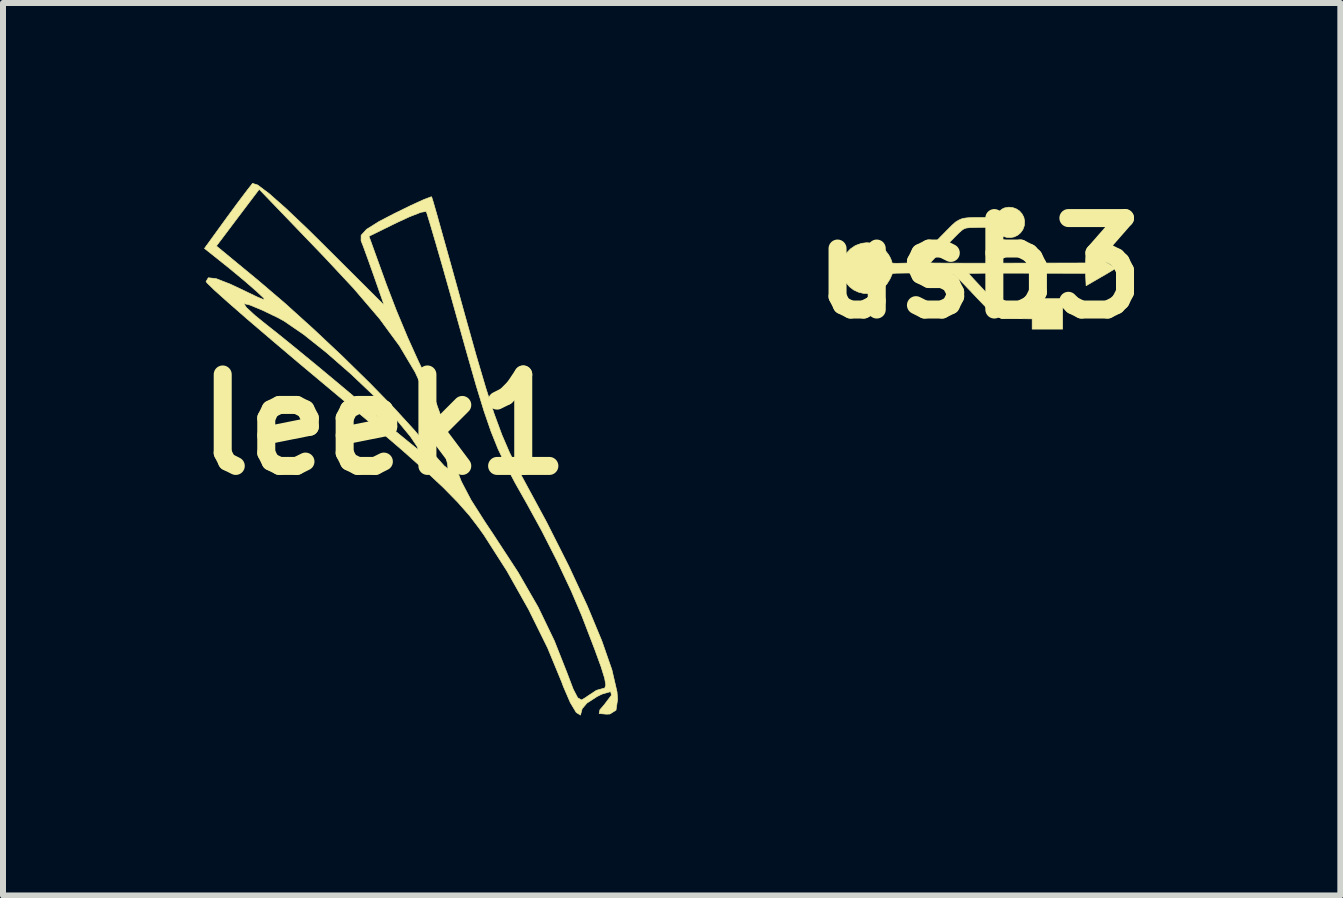
<source format=kicad_pcb>
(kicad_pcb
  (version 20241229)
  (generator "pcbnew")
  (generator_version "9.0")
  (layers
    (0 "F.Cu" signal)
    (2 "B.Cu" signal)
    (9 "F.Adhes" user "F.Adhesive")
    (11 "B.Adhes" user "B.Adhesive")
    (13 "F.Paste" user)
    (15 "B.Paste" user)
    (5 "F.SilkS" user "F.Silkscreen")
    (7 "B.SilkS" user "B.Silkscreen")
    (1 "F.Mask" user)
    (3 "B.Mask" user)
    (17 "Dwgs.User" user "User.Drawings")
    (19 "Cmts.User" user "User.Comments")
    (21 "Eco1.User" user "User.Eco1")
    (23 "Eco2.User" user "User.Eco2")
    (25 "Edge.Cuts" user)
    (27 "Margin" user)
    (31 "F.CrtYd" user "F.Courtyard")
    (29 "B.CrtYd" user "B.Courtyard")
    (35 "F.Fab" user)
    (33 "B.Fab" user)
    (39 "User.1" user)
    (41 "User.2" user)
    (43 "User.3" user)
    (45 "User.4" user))
  (footprint "usb3"
    (layer "F.Cu")
    (at 13.264 1.418)
    (property "Reference" "usb3" (at 0 0 0) (layer "F.SilkS") (effects (font (size 1.524 1.524) (thickness 0.3))))
    (attr through_hole)
    (fp_poly (pts (xy 0.561 -1.009) (xy 0.621 -0.987) (xy 0.674 -0.952) (xy 0.715 -0.905) (xy 0.745 -0.849) (xy 0.758 -0.785) (xy 0.755 -0.717) (xy 0.753 -0.707) (xy 0.729 -0.642) (xy 0.691 -0.589) (xy 0.642 -0.548) (xy 0.586 -0.521) (xy 0.524 -0.509) (xy 0.461 -0.512) (xy 0.4 -0.531) (xy 0.343 -0.569) (xy 0.342 -0.57) (xy 0.313 -0.599) (xy 0.288 -0.63) (xy 0.279 -0.645) (xy 0.259 -0.682) (xy 0.025 -0.679) (xy -0.05 -0.678) (xy -0.108 -0.676) (xy -0.152 -0.675) (xy -0.185 -0.672) (xy -0.209 -0.669) (xy -0.227 -0.664) (xy -0.244 -0.658) (xy -0.256 -0.652) (xy -0.274 -0.641) (xy -0.298 -0.621) (xy -0.331 -0.592) (xy -0.373 -0.551) (xy -0.424 -0.499) (xy -0.488 -0.434) (xy -0.558 -0.361) (xy -0.616 -0.299) (xy -0.67 -0.243) (xy -0.717 -0.192) (xy -0.757 -0.15) (xy -0.787 -0.117) (xy -0.806 -0.095) (xy -0.813 -0.087) (xy -0.813 -0.087) (xy -0.803 -0.086) (xy -0.774 -0.086) (xy -0.727 -0.085) (xy -0.663 -0.085) (xy -0.584 -0.084) (xy -0.49 -0.084) (xy -0.384 -0.084) (xy -0.265 -0.083) (xy -0.136 -0.083) (xy 0.002 -0.083) (xy 0.149 -0.083) (xy 0.303 -0.083) (xy 0.463 -0.084) (xy 0.48 -0.084) (xy 1.773 -0.086) (xy 1.783 -0.291) (xy 2.03 -0.149) (xy 2.093 -0.111) (xy 2.151 -0.077) (xy 2.2 -0.048) (xy 2.238 -0.024) (xy 2.263 -0.007) (xy 2.273 0.002) (xy 2.273 0.002) (xy 2.264 0.009) (xy 2.24 0.025) (xy 2.202 0.048) (xy 2.154 0.077) (xy 2.097 0.111) (xy 2.034 0.147) (xy 2.027 0.151) (xy 1.783 0.293) (xy 1.773 0.086) (xy 0.8 0.084) (xy 0.661 0.083) (xy 0.529 0.083) (xy 0.403 0.083) (xy 0.286 0.084) (xy 0.18 0.084) (xy 0.084 0.084) (xy 0.002 0.085) (xy -0.066 0.086) (xy -0.119 0.086) (xy -0.154 0.087) (xy -0.171 0.088) (xy -0.173 0.089) (xy -0.166 0.098) (xy -0.147 0.12) (xy -0.117 0.153) (xy -0.078 0.196) (xy -0.031 0.246) (xy 0.022 0.303) (xy 0.071 0.356) (xy 0.141 0.429) (xy 0.199 0.489) (xy 0.246 0.537) (xy 0.285 0.575) (xy 0.316 0.603) (xy 0.341 0.624) (xy 0.362 0.639) (xy 0.373 0.645) (xy 0.43 0.676) (xy 0.884 0.682) (xy 0.884 0.508) (xy 1.392 0.508) (xy 1.392 1.016) (xy 0.884 1.016) (xy 0.884 0.845) (xy 0.371 0.838) (xy 0.296 0.798) (xy 0.273 0.786) (xy 0.252 0.773) (xy 0.231 0.759) (xy 0.209 0.741) (xy 0.183 0.719) (xy 0.153 0.69) (xy 0.117 0.654) (xy 0.073 0.609) (xy 0.02 0.554) (xy -0.044 0.487) (xy -0.12 0.407) (xy -0.132 0.393) (xy -0.19 0.333) (xy -0.244 0.276) (xy -0.293 0.226) (xy -0.335 0.183) (xy -0.369 0.151) (xy -0.392 0.13) (xy -0.401 0.123) (xy -0.418 0.113) (xy -0.437 0.105) (xy -0.46 0.099) (xy -0.489 0.094) (xy -0.525 0.09) (xy -0.571 0.087) (xy -0.628 0.084) (xy -0.699 0.083) (xy -0.784 0.082) (xy -0.886 0.081) (xy -0.991 0.081) (xy -1.099 0.081) (xy -1.189 0.081) (xy -1.261 0.082) (xy -1.319 0.083) (xy -1.363 0.083) (xy -1.396 0.085) (xy -1.419 0.087) (xy -1.434 0.089) (xy -1.443 0.092) (xy -1.447 0.096) (xy -1.449 0.099) (xy -1.456 0.116) (xy -1.469 0.146) (xy -1.486 0.183) (xy -1.49 0.19) (xy -1.537 0.265) (xy -1.598 0.329) (xy -1.671 0.378) (xy -1.753 0.41) (xy -1.831 0.424) (xy -1.924 0.421) (xy -2.011 0.4) (xy -2.09 0.363) (xy -2.159 0.31) (xy -2.216 0.243) (xy -2.259 0.163) (xy -2.286 0.073) (xy -2.287 0.067) (xy -2.293 -0.019) (xy -2.28 -0.103) (xy -2.25 -0.183) (xy -2.204 -0.257) (xy -2.144 -0.32) (xy -2.07 -0.371) (xy -2.047 -0.382) (xy -1.961 -0.413) (xy -1.874 -0.424) (xy -1.788 -0.417) (xy -1.706 -0.393) (xy -1.63 -0.352) (xy -1.563 -0.295) (xy -1.508 -0.224) (xy -1.482 -0.178) (xy -1.467 -0.144) (xy -1.456 -0.114) (xy -1.453 -0.098) (xy -1.452 -0.091) (xy -1.446 -0.086) (xy -1.434 -0.083) (xy -1.412 -0.082) (xy -1.377 -0.081) (xy -1.326 -0.082) (xy -1.282 -0.083) (xy -1.23 -0.084) (xy -1.186 -0.085) (xy -1.148 -0.088) (xy -1.114 -0.094) (xy -1.083 -0.104) (xy -1.052 -0.12) (xy -1.019 -0.141) (xy -0.983 -0.171) (xy -0.942 -0.21) (xy -0.893 -0.258) (xy -0.836 -0.319) (xy -0.767 -0.391) (xy -0.718 -0.443) (xy -0.65 -0.515) (xy -0.585 -0.581) (xy -0.527 -0.64) (xy -0.477 -0.69) (xy -0.436 -0.73) (xy -0.405 -0.757) (xy -0.388 -0.771) (xy -0.353 -0.792) (xy -0.321 -0.809) (xy -0.289 -0.822) (xy -0.253 -0.831) (xy -0.211 -0.837) (xy -0.159 -0.841) (xy -0.094 -0.843) (xy -0.013 -0.843) (xy 0.018 -0.843) (xy 0.26 -0.843) (xy 0.279 -0.88) (xy 0.308 -0.92) (xy 0.347 -0.958) (xy 0.39 -0.988) (xy 0.425 -1.004) (xy 0.495 -1.016) (xy 0.561 -1.009)) (stroke (width 0.01) (type solid)) (fill yes) (layer "F.SilkS")))
  (footprint "leek1"
    (layer "F.Cu")
    (at 3.346 4.024)
    (property "Reference" "leek1" (at 0 0 0) (layer "F.SilkS") (effects (font (size 1.524 1.524) (thickness 0.3))))
    (attr through_hole)
    (fp_poly (pts (xy -2.102 -3.991) (xy -1.914 -3.85) (xy -1.635 -3.604) (xy -1.277 -3.264) (xy -1.055 -3.045) (xy 0.004 -1.99) (xy -0.158 -2.455) (xy -0.258 -2.736) (xy -0.342 -2.967) (xy -0.38 -3.064) (xy -0.379 -3.137) (xy -0.248 -3.137) (xy 0.042 -2.334) (xy 0.208 -1.902) (xy 0.397 -1.449) (xy 0.577 -1.05) (xy 0.633 -0.935) (xy 0.81 -0.532) (xy 0.976 -0.069) (xy 1.086 0.317) (xy 1.176 0.652) (xy 1.291 0.949) (xy 1.453 1.258) (xy 1.689 1.629) (xy 1.805 1.802) (xy 2.234 2.458) (xy 2.571 3.043) (xy 2.842 3.606) (xy 3.049 4.13) (xy 3.155 4.409) (xy 3.23 4.553) (xy 3.295 4.589) (xy 3.372 4.542) (xy 3.384 4.532) (xy 3.542 4.428) (xy 3.632 4.403) (xy 3.68 4.391) (xy 3.698 4.341) (xy 3.679 4.229) (xy 3.618 4.033) (xy 3.508 3.731) (xy 3.342 3.299) (xy 3.297 3.183) (xy 3.122 2.772) (xy 2.89 2.28) (xy 2.63 1.769) (xy 2.384 1.32) (xy 2.191 0.979) (xy 2.035 0.685) (xy 1.903 0.408) (xy 1.785 0.114) (xy 1.668 -0.226) (xy 1.539 -0.646) (xy 1.387 -1.177) (xy 1.266 -1.609) (xy 1.115 -2.149) (xy 0.978 -2.634) (xy 0.861 -3.038) (xy 0.772 -3.34) (xy 0.718 -3.516) (xy 0.704 -3.551) (xy 0.618 -3.537) (xy 0.426 -3.462) (xy 0.212 -3.363) (xy -0.248 -3.137) (xy -0.379 -3.137) (xy -0.379 -3.154) (xy -0.288 -3.253) (xy -0.083 -3.382) (xy 0.171 -3.514) (xy 0.455 -3.653) (xy 0.673 -3.752) (xy 0.788 -3.795) (xy 0.796 -3.794) (xy 0.823 -3.709) (xy 0.888 -3.483) (xy 0.984 -3.139) (xy 1.107 -2.7) (xy 1.249 -2.189) (xy 1.351 -1.82) (xy 1.54 -1.146) (xy 1.699 -0.608) (xy 1.838 -0.178) (xy 1.967 0.172) (xy 2.096 0.471) (xy 2.235 0.747) (xy 2.29 0.847) (xy 2.712 1.627) (xy 3.081 2.358) (xy 3.39 3.023) (xy 3.632 3.605) (xy 3.8 4.087) (xy 3.885 4.453) (xy 3.895 4.577) (xy 3.868 4.759) (xy 3.767 4.823) (xy 3.712 4.826) (xy 3.587 4.815) (xy 3.6 4.752) (xy 3.67 4.671) (xy 3.792 4.51) (xy 3.779 4.449) (xy 3.633 4.492) (xy 3.556 4.53) (xy 3.384 4.641) (xy 3.303 4.736) (xy 3.302 4.744) (xy 3.276 4.841) (xy 3.205 4.797) (xy 3.106 4.632) (xy 2.99 4.363) (xy 2.966 4.297) (xy 2.729 3.723) (xy 2.413 3.083) (xy 2.049 2.437) (xy 1.669 1.843) (xy 1.583 1.722) (xy 1.425 1.515) (xy 1.233 1.297) (xy 0.992 1.051) (xy 0.685 0.764) (xy 0.297 0.419) (xy -0.189 0.002) (xy -0.789 -0.501) (xy -0.91 -0.602) (xy -1.413 -1.023) (xy -1.871 -1.411) (xy -2.27 -1.752) (xy -2.57 -2.014) (xy -2.332 -2.014) (xy -2.29 -1.949) (xy -2.144 -1.815) (xy -1.967 -1.672) (xy -1.761 -1.509) (xy -1.46 -1.265) (xy -1.096 -0.966) (xy -0.705 -0.64) (xy -0.508 -0.475) (xy -0.152 -0.176) (xy 0.156 0.08) (xy 0.395 0.276) (xy 0.541 0.394) (xy 0.577 0.419) (xy 0.552 0.363) (xy 0.455 0.218) (xy 0.435 0.191) (xy 0.182 -0.116) (xy -0.158 -0.472) (xy -0.549 -0.843) (xy -0.954 -1.197) (xy -1.336 -1.501) (xy -1.66 -1.723) (xy -1.763 -1.78) (xy -2.03 -1.908) (xy -2.233 -1.992) (xy -2.33 -2.015) (xy -2.332 -2.014) (xy -2.57 -2.014) (xy -2.592 -2.033) (xy -2.823 -2.24) (xy -2.946 -2.36) (xy -2.963 -2.383) (xy -2.925 -2.446) (xy -2.796 -2.432) (xy -2.557 -2.339) (xy -2.347 -2.24) (xy -2.104 -2.123) (xy -1.995 -2.079) (xy -2 -2.106) (xy -2.103 -2.203) (xy -2.12 -2.219) (xy -2.321 -2.394) (xy -2.572 -2.602) (xy -2.662 -2.674) (xy -2.989 -2.935) (xy -2.96 -2.975) (xy -2.79 -2.975) (xy -2.094 -2.401) (xy -1.652 -2.024) (xy -1.175 -1.593) (xy -0.69 -1.137) (xy -0.228 -0.684) (xy 0.183 -0.262) (xy 0.514 0.1) (xy 0.689 0.311) (xy 0.868 0.534) (xy 1.004 0.687) (xy 1.068 0.738) (xy 1.069 0.738) (xy 1.059 0.649) (xy 1.008 0.441) (xy 0.925 0.153) (xy 0.903 0.078) (xy 0.729 -0.419) (xy 0.522 -0.871) (xy 0.261 -1.31) (xy -0.073 -1.765) (xy -0.502 -2.267) (xy -1 -2.8) (xy -2.077 -3.92) (xy -2.434 -3.448) (xy -2.79 -2.975) (xy -2.96 -2.975) (xy -2.626 -3.436) (xy -2.437 -3.693) (xy -2.281 -3.9) (xy -2.191 -4.015) (xy -2.188 -4.019) (xy -2.102 -3.991)) (stroke (width 0.01) (type solid)) (fill yes) (layer "F.SilkS")))
  (gr_rect
    (start -3 -3)
    (end 19.283 11.87)
    (stroke (width 0.1) (type default))
    (fill no)
    (layer "Edge.Cuts")))
</source>
